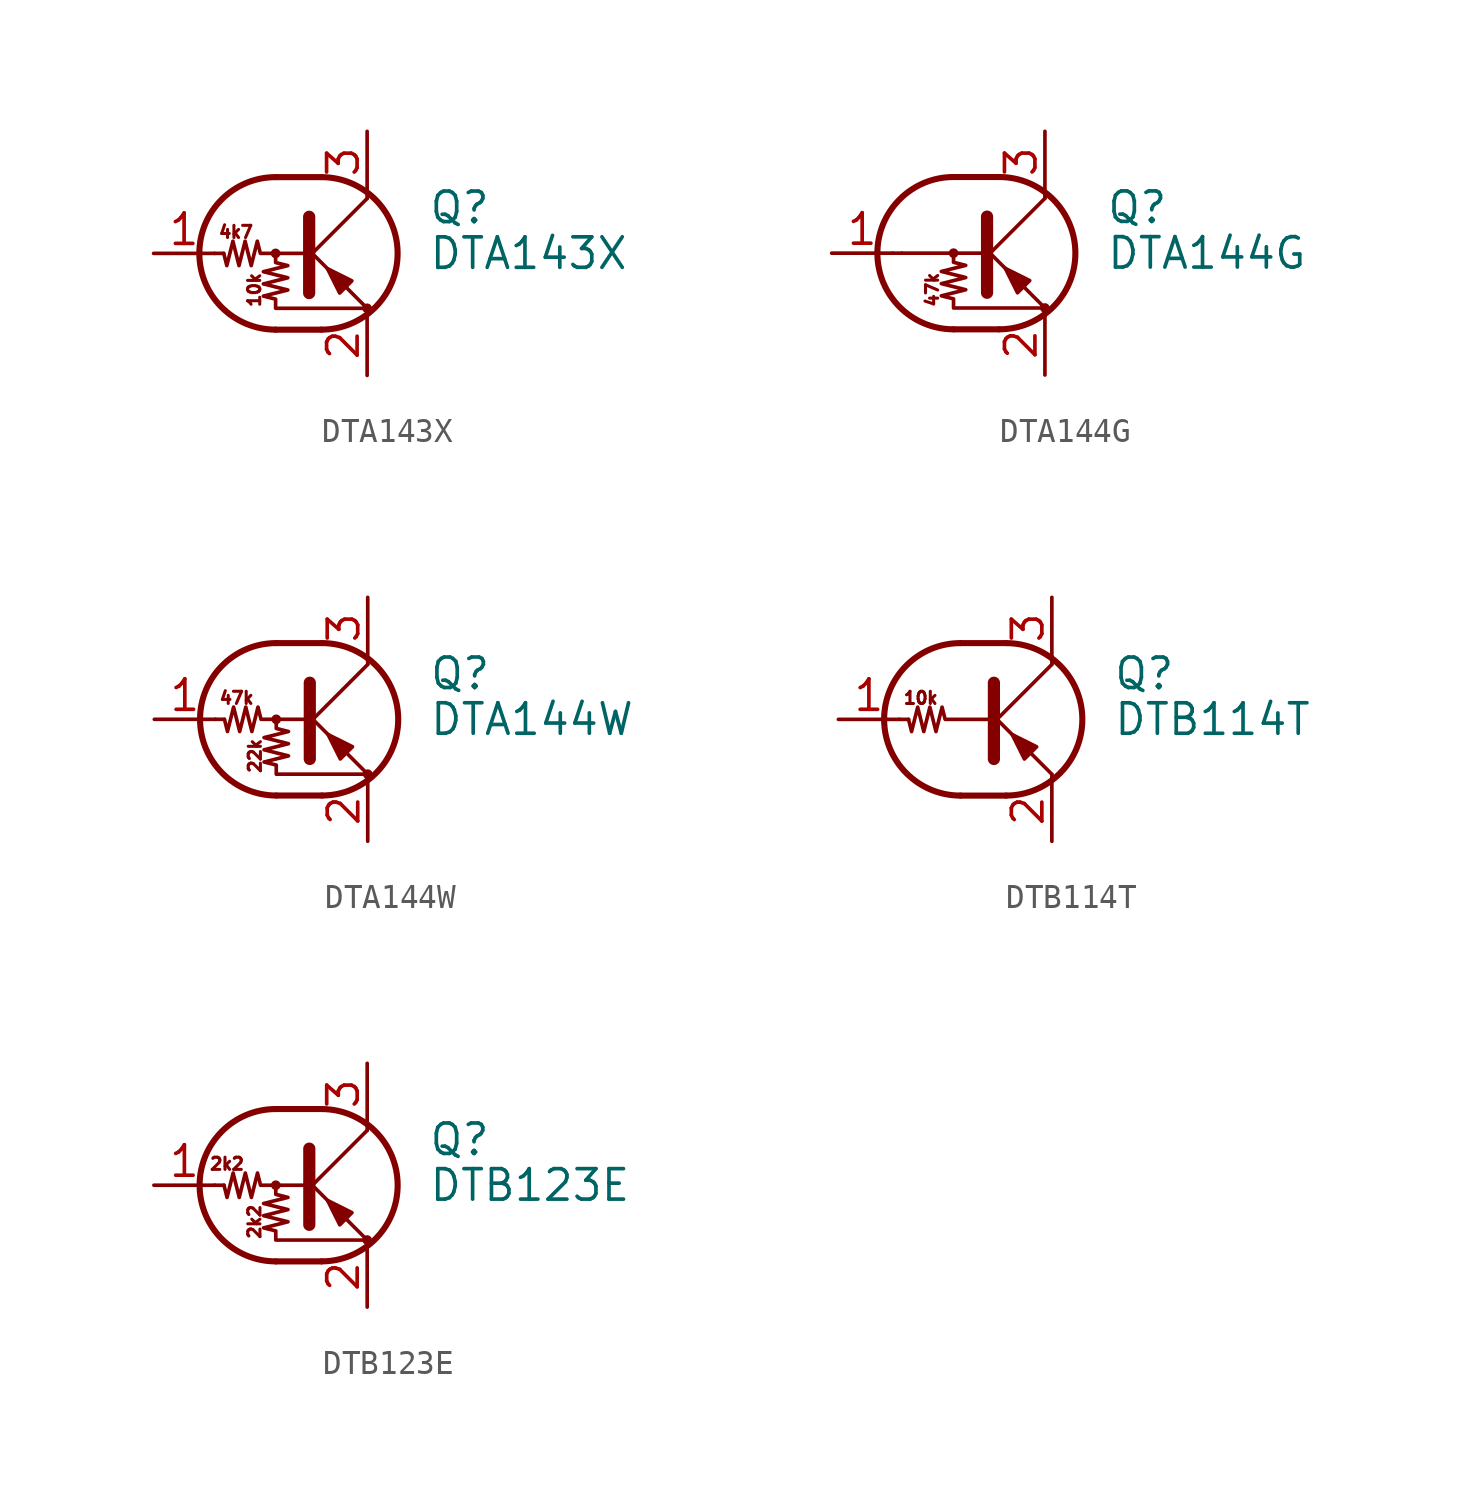
<source format=kicad_sym>
(kicad_symbol_lib
  (version 20201005)
  (generator kicad_symbol_editor)
  (symbol "DTA143X"
    (pin_names
      (offset 0) hide)
    (property "Reference" "Q"
      (at 5.08 1.905 0)
      (effects (font (size 1.27 1.27)) (justify left)))
    (property "Value" "DTA143X"
      (at 5.08 0 0)
      (effects (font (size 1.27 1.27)) (justify left)))
    (symbol "DTA143X_0_0"
      (text "10k" (at -2.159 -1.524 900) (effects (font (size 0.508 0.508))))
      (text "4k7" (at -2.921 0.889 0) (effects (font (size 0.508 0.508)))))
    (symbol "DTA143X_0_1"
      (arc (start -1.27 3.175) (end -1.27 -3.175) (radius (at -1.27 0) (length 3.175) (angles 90.1 -90.1)) (stroke (width 0.254)) (fill (type none)))
      (arc (start 0.635 -3.175) (end 0.635 3.175) (radius (at 0.635 0) (length 3.175) (angles -89.9 89.9)) (stroke (width 0.254)) (fill (type none)))
      (circle (center -1.27 0) (radius 0.127) (stroke (width 0)) (fill (type none)))
      (circle (center 2.54 -2.286) (radius 0.127) (stroke (width 0)) (fill (type none)))
      (polyline (pts (xy -3.429 0) (xy -3.81 0)) (stroke (width 0)) (fill (type none)))
      (polyline (pts (xy -1.27 -3.175) (xy 0.635 -3.175)) (stroke (width 0.254)) (fill (type none)))
      (polyline (pts (xy -1.27 3.175) (xy 0.635 3.175)) (stroke (width 0.254)) (fill (type none)))
      (polyline (pts (xy 0 -0.254) (xy 2.54 2.286)) (stroke (width 0)) (fill (type none)))
      (polyline (pts (xy 0.127 1.524) (xy 0.127 -1.651)) (stroke (width 0.508)) (fill (type outline)))
      (polyline (pts (xy 2.54 2.286) (xy 2.54 2.54)) (stroke (width 0)) (fill (type none)))
      (polyline (pts (xy 2.54 -2.286) (xy 0 0.254) (xy 0 0.254)) (stroke (width 0)) (fill (type none)))
      (polyline (pts (xy 1.397 -1.651) (xy 1.905 -1.143) (xy 0.889 -0.635) (xy 1.397 -1.651)) (stroke (width 0)) (fill (type outline)))
      (polyline (pts (xy 0 0) (xy -1.905 0) (xy -2.032 0.508) (xy -2.286 -0.508) (xy -2.54 0.508) (xy -2.794 -0.508) (xy -3.048 0.508) (xy -3.302 -0.508) (xy -3.429 0)) (stroke (width 0)) (fill (type none)))
      (polyline (pts (xy -1.27 0) (xy -1.27 -0.381) (xy -0.762 -0.508) (xy -1.778 -0.762) (xy -0.762 -1.016) (xy -1.778 -1.27) (xy -0.762 -1.524) (xy -1.778 -1.778) (xy -1.27 -1.905) (xy -1.27 -2.286) (xy 2.54 -2.286)) (stroke (width 0)) (fill (type none))))
    (symbol "DTA143X_1_1"
      (pin input line (at -6.35 0 0) (length 2.54) (name "B" (effects (font (size 1.27 1.27)))) (number "1" (effects (font (size 1.27 1.27)))))
      (pin passive line (at 2.54 -5.08 90) (length 2.54) (name "E" (effects (font (size 1.27 1.27)))) (number "2" (effects (font (size 1.27 1.27)))))
      (pin passive line (at 2.54 5.08 270) (length 2.54) (name "C" (effects (font (size 1.27 1.27)))) (number "3" (effects (font (size 1.27 1.27)))))))
  (symbol "DTA144G"
    (pin_names
      (offset 0) hide)
    (property "Reference" "Q"
      (at 5.08 1.905 0)
      (effects (font (size 1.27 1.27)) (justify left)))
    (property "Value" "DTA144G"
      (at 5.08 0 0)
      (effects (font (size 1.27 1.27)) (justify left)))
    (symbol "DTA144G_0_0"
      (text "47k" (at -2.159 -1.524 900) (effects (font (size 0.508 0.508))))
      (polyline (pts (xy -3.429 0) (xy 0 0)) (stroke (width 0)) (fill (type none))))
    (symbol "DTA144G_0_1"
      (arc (start -1.27 3.175) (end -1.27 -3.175) (radius (at -1.27 0) (length 3.175) (angles 90.1 -90.1)) (stroke (width 0.254)) (fill (type none)))
      (arc (start 0.635 -3.175) (end 0.635 3.175) (radius (at 0.635 0) (length 3.175) (angles -89.9 89.9)) (stroke (width 0.254)) (fill (type none)))
      (circle (center -1.27 0) (radius 0.127) (stroke (width 0)) (fill (type none)))
      (circle (center 2.54 -2.286) (radius 0.127) (stroke (width 0)) (fill (type none)))
      (polyline (pts (xy -3.429 0) (xy -3.81 0)) (stroke (width 0)) (fill (type none)))
      (polyline (pts (xy -1.27 -3.175) (xy 0.635 -3.175)) (stroke (width 0.254)) (fill (type none)))
      (polyline (pts (xy -1.27 3.175) (xy 0.635 3.175)) (stroke (width 0.254)) (fill (type none)))
      (polyline (pts (xy 0 -0.254) (xy 2.54 2.286)) (stroke (width 0)) (fill (type none)))
      (polyline (pts (xy 0.127 1.524) (xy 0.127 -1.651)) (stroke (width 0.508)) (fill (type outline)))
      (polyline (pts (xy 2.54 2.286) (xy 2.54 2.54)) (stroke (width 0)) (fill (type none)))
      (polyline (pts (xy 2.54 -2.286) (xy 0 0.254) (xy 0 0.254)) (stroke (width 0)) (fill (type none)))
      (polyline (pts (xy 1.397 -1.651) (xy 1.905 -1.143) (xy 0.889 -0.635) (xy 1.397 -1.651)) (stroke (width 0)) (fill (type outline)))
      (polyline (pts (xy -1.27 0) (xy -1.27 -0.381) (xy -0.762 -0.508) (xy -1.778 -0.762) (xy -0.762 -1.016) (xy -1.778 -1.27) (xy -0.762 -1.524) (xy -1.778 -1.778) (xy -1.27 -1.905) (xy -1.27 -2.286) (xy 2.54 -2.286)) (stroke (width 0)) (fill (type none))))
    (symbol "DTA144G_1_1"
      (pin input line (at -6.35 0 0) (length 2.54) (name "B" (effects (font (size 1.27 1.27)))) (number "1" (effects (font (size 1.27 1.27)))))
      (pin passive line (at 2.54 -5.08 90) (length 2.54) (name "E" (effects (font (size 1.27 1.27)))) (number "2" (effects (font (size 1.27 1.27)))))
      (pin passive line (at 2.54 5.08 270) (length 2.54) (name "C" (effects (font (size 1.27 1.27)))) (number "3" (effects (font (size 1.27 1.27)))))))
  (symbol "DTA144W"
    (pin_names
      (offset 0) hide)
    (property "Reference" "Q"
      (at 5.08 1.905 0)
      (effects (font (size 1.27 1.27)) (justify left)))
    (property "Value" "DTA144W"
      (at 5.08 0 0)
      (effects (font (size 1.27 1.27)) (justify left)))
    (symbol "DTA144W_0_0"
      (text "22k" (at -2.159 -1.524 900) (effects (font (size 0.508 0.508))))
      (text "47k" (at -2.921 0.889 0) (effects (font (size 0.508 0.508)))))
    (symbol "DTA144W_0_1"
      (arc (start -1.27 3.175) (end -1.27 -3.175) (radius (at -1.27 0) (length 3.175) (angles 90.1 -90.1)) (stroke (width 0.254)) (fill (type none)))
      (arc (start 0.635 -3.175) (end 0.635 3.175) (radius (at 0.635 0) (length 3.175) (angles -89.9 89.9)) (stroke (width 0.254)) (fill (type none)))
      (circle (center -1.27 0) (radius 0.127) (stroke (width 0)) (fill (type none)))
      (circle (center 2.54 -2.286) (radius 0.127) (stroke (width 0)) (fill (type none)))
      (polyline (pts (xy -3.429 0) (xy -3.81 0)) (stroke (width 0)) (fill (type none)))
      (polyline (pts (xy -1.27 -3.175) (xy 0.635 -3.175)) (stroke (width 0.254)) (fill (type none)))
      (polyline (pts (xy -1.27 3.175) (xy 0.635 3.175)) (stroke (width 0.254)) (fill (type none)))
      (polyline (pts (xy 0 -0.254) (xy 2.54 2.286)) (stroke (width 0)) (fill (type none)))
      (polyline (pts (xy 0.127 1.524) (xy 0.127 -1.651)) (stroke (width 0.508)) (fill (type outline)))
      (polyline (pts (xy 2.54 2.286) (xy 2.54 2.54)) (stroke (width 0)) (fill (type none)))
      (polyline (pts (xy 2.54 -2.286) (xy 0 0.254) (xy 0 0.254)) (stroke (width 0)) (fill (type none)))
      (polyline (pts (xy 1.397 -1.651) (xy 1.905 -1.143) (xy 0.889 -0.635) (xy 1.397 -1.651)) (stroke (width 0)) (fill (type outline)))
      (polyline (pts (xy 0 0) (xy -1.905 0) (xy -2.032 0.508) (xy -2.286 -0.508) (xy -2.54 0.508) (xy -2.794 -0.508) (xy -3.048 0.508) (xy -3.302 -0.508) (xy -3.429 0)) (stroke (width 0)) (fill (type none)))
      (polyline (pts (xy -1.27 0) (xy -1.27 -0.381) (xy -0.762 -0.508) (xy -1.778 -0.762) (xy -0.762 -1.016) (xy -1.778 -1.27) (xy -0.762 -1.524) (xy -1.778 -1.778) (xy -1.27 -1.905) (xy -1.27 -2.286) (xy 2.54 -2.286)) (stroke (width 0)) (fill (type none))))
    (symbol "DTA144W_1_1"
      (pin input line (at -6.35 0 0) (length 2.54) (name "B" (effects (font (size 1.27 1.27)))) (number "1" (effects (font (size 1.27 1.27)))))
      (pin passive line (at 2.54 -5.08 90) (length 2.54) (name "E" (effects (font (size 1.27 1.27)))) (number "2" (effects (font (size 1.27 1.27)))))
      (pin passive line (at 2.54 5.08 270) (length 2.54) (name "C" (effects (font (size 1.27 1.27)))) (number "3" (effects (font (size 1.27 1.27)))))))
  (symbol "DTB114T"
    (pin_names
      (offset 0) hide)
    (property "Reference" "Q"
      (at 5.08 1.905 0)
      (effects (font (size 1.27 1.27)) (justify left)))
    (property "Value" "DTB114T"
      (at 5.08 0 0)
      (effects (font (size 1.27 1.27)) (justify left)))
    (symbol "DTB114T_0_0"
      (text "10k" (at -2.921 0.889 0) (effects (font (size 0.508 0.508))))
      (polyline (pts (xy 2.54 -2.286) (xy 2.54 -2.54)) (stroke (width 0)) (fill (type none))))
    (symbol "DTB114T_0_1"
      (arc (start -1.27 3.175) (end -1.27 -3.175) (radius (at -1.27 0) (length 3.175) (angles 90.1 -90.1)) (stroke (width 0.254)) (fill (type none)))
      (arc (start 0.635 -3.175) (end 0.635 3.175) (radius (at 0.635 0) (length 3.175) (angles -89.9 89.9)) (stroke (width 0.254)) (fill (type none)))
      (polyline (pts (xy -3.429 0) (xy -3.81 0)) (stroke (width 0)) (fill (type none)))
      (polyline (pts (xy -1.27 -3.175) (xy 0.635 -3.175)) (stroke (width 0.254)) (fill (type none)))
      (polyline (pts (xy -1.27 3.175) (xy 0.635 3.175)) (stroke (width 0.254)) (fill (type none)))
      (polyline (pts (xy 0 -0.254) (xy 2.54 2.286)) (stroke (width 0)) (fill (type none)))
      (polyline (pts (xy 0.127 1.524) (xy 0.127 -1.651)) (stroke (width 0.508)) (fill (type outline)))
      (polyline (pts (xy 2.54 2.286) (xy 2.54 2.54)) (stroke (width 0)) (fill (type none)))
      (polyline (pts (xy 2.54 -2.286) (xy 0 0.254) (xy 0 0.254)) (stroke (width 0)) (fill (type none)))
      (polyline (pts (xy 1.397 -1.651) (xy 1.905 -1.143) (xy 0.889 -0.635) (xy 1.397 -1.651)) (stroke (width 0)) (fill (type outline)))
      (polyline (pts (xy 0 0) (xy -1.905 0) (xy -2.032 0.508) (xy -2.286 -0.508) (xy -2.54 0.508) (xy -2.794 -0.508) (xy -3.048 0.508) (xy -3.302 -0.508) (xy -3.429 0)) (stroke (width 0)) (fill (type none))))
    (symbol "DTB114T_1_1"
      (pin input line (at -6.35 0 0) (length 2.54) (name "B" (effects (font (size 1.27 1.27)))) (number "1" (effects (font (size 1.27 1.27)))))
      (pin passive line (at 2.54 -5.08 90) (length 2.54) (name "E" (effects (font (size 1.27 1.27)))) (number "2" (effects (font (size 1.27 1.27)))))
      (pin passive line (at 2.54 5.08 270) (length 2.54) (name "C" (effects (font (size 1.27 1.27)))) (number "3" (effects (font (size 1.27 1.27)))))))
  (symbol "DTB123E"
    (pin_names
      (offset 0) hide)
    (property "Reference" "Q"
      (at 5.08 1.905 0)
      (effects (font (size 1.27 1.27)) (justify left)))
    (property "Value" "DTB123E"
      (at 5.08 0 0)
      (effects (font (size 1.27 1.27)) (justify left)))
    (symbol "DTB123E_0_0"
      (text "2k2" (at -3.302 0.889 0) (effects (font (size 0.508 0.508))))
      (text "2k2" (at -2.159 -1.524 900) (effects (font (size 0.508 0.508)))))
    (symbol "DTB123E_0_1"
      (arc (start -1.27 3.175) (end -1.27 -3.175) (radius (at -1.27 0) (length 3.175) (angles 90.1 -90.1)) (stroke (width 0.254)) (fill (type none)))
      (arc (start 0.635 -3.175) (end 0.635 3.175) (radius (at 0.635 0) (length 3.175) (angles -89.9 89.9)) (stroke (width 0.254)) (fill (type none)))
      (circle (center -1.27 0) (radius 0.127) (stroke (width 0)) (fill (type none)))
      (circle (center 2.54 -2.286) (radius 0.127) (stroke (width 0)) (fill (type none)))
      (polyline (pts (xy -3.429 0) (xy -3.81 0)) (stroke (width 0)) (fill (type none)))
      (polyline (pts (xy -1.27 -3.175) (xy 0.635 -3.175)) (stroke (width 0.254)) (fill (type none)))
      (polyline (pts (xy -1.27 3.175) (xy 0.635 3.175)) (stroke (width 0.254)) (fill (type none)))
      (polyline (pts (xy 0 -0.254) (xy 2.54 2.286)) (stroke (width 0)) (fill (type none)))
      (polyline (pts (xy 0.127 1.524) (xy 0.127 -1.651)) (stroke (width 0.508)) (fill (type outline)))
      (polyline (pts (xy 2.54 2.286) (xy 2.54 2.54)) (stroke (width 0)) (fill (type none)))
      (polyline (pts (xy 2.54 -2.286) (xy 0 0.254) (xy 0 0.254)) (stroke (width 0)) (fill (type none)))
      (polyline (pts (xy 1.397 -1.651) (xy 1.905 -1.143) (xy 0.889 -0.635) (xy 1.397 -1.651)) (stroke (width 0)) (fill (type outline)))
      (polyline (pts (xy 0 0) (xy -1.905 0) (xy -2.032 0.508) (xy -2.286 -0.508) (xy -2.54 0.508) (xy -2.794 -0.508) (xy -3.048 0.508) (xy -3.302 -0.508) (xy -3.429 0)) (stroke (width 0)) (fill (type none)))
      (polyline (pts (xy -1.27 0) (xy -1.27 -0.381) (xy -0.762 -0.508) (xy -1.778 -0.762) (xy -0.762 -1.016) (xy -1.778 -1.27) (xy -0.762 -1.524) (xy -1.778 -1.778) (xy -1.27 -1.905) (xy -1.27 -2.286) (xy 2.54 -2.286)) (stroke (width 0)) (fill (type none))))
    (symbol "DTB123E_1_1"
      (pin input line (at -6.35 0 0) (length 2.54) (name "B" (effects (font (size 1.27 1.27)))) (number "1" (effects (font (size 1.27 1.27)))))
      (pin passive line (at 2.54 -5.08 90) (length 2.54) (name "E" (effects (font (size 1.27 1.27)))) (number "2" (effects (font (size 1.27 1.27)))))
      (pin passive line (at 2.54 5.08 270) (length 2.54) (name "C" (effects (font (size 1.27 1.27)))) (number "3" (effects (font (size 1.27 1.27))))))))
</source>
